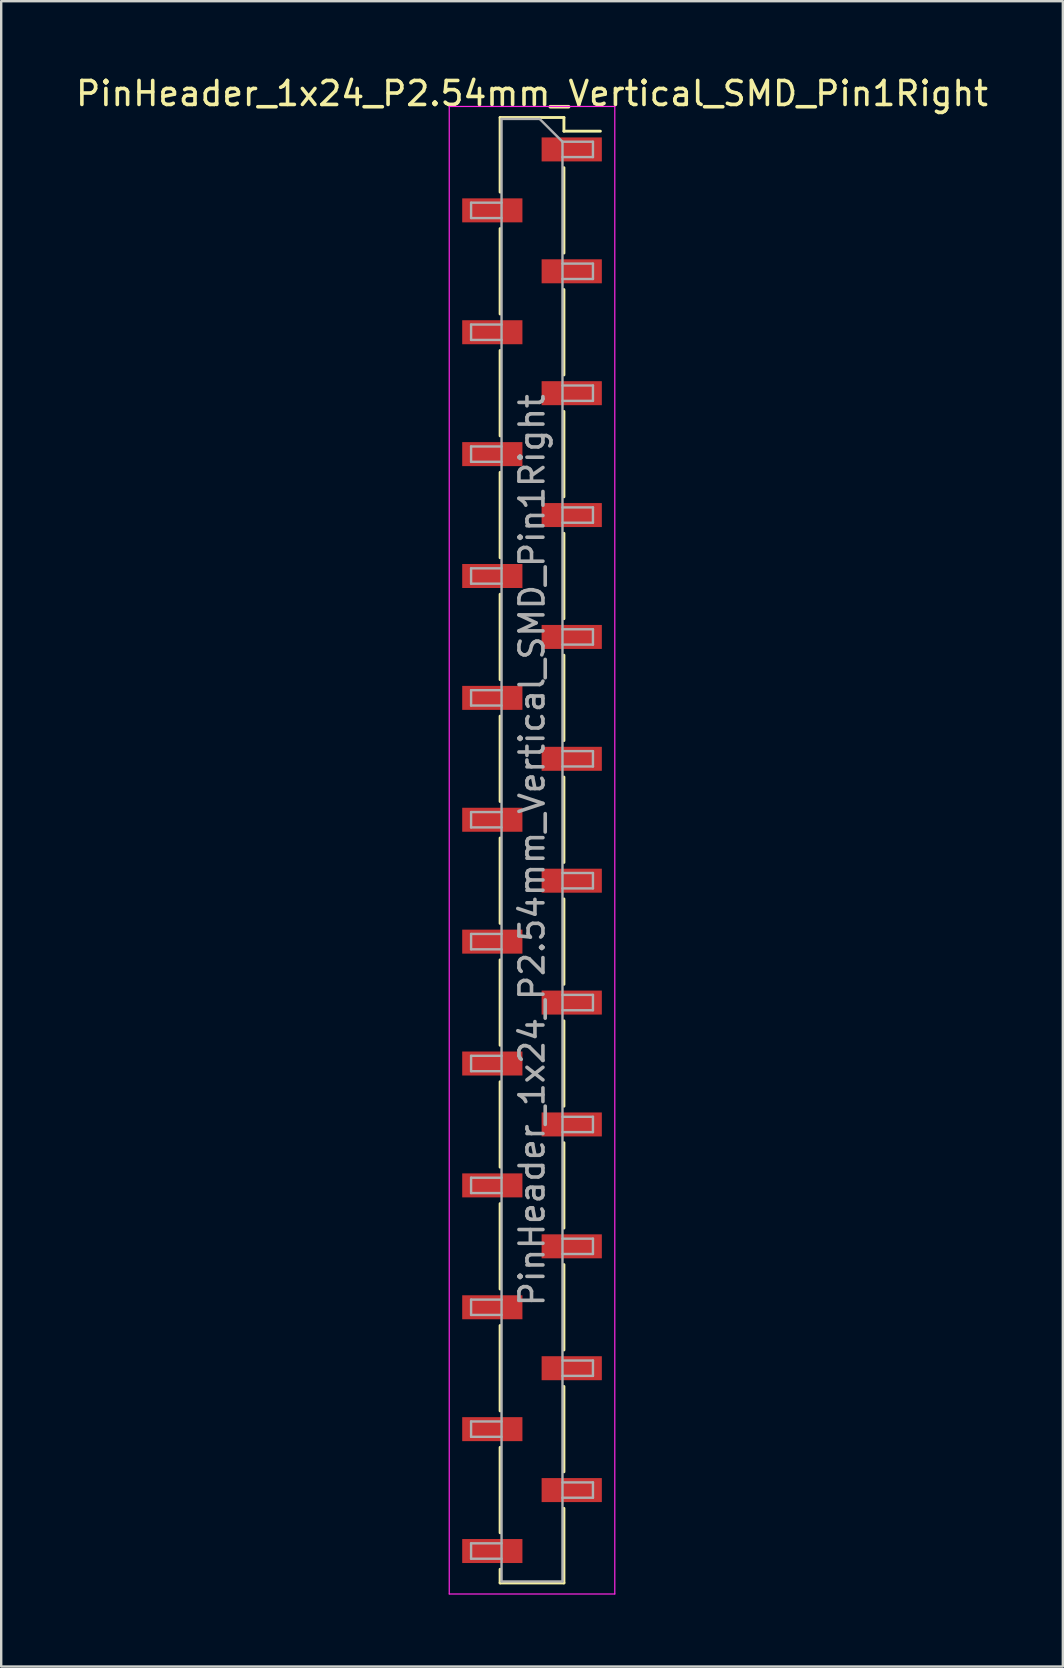
<source format=kicad_pcb>
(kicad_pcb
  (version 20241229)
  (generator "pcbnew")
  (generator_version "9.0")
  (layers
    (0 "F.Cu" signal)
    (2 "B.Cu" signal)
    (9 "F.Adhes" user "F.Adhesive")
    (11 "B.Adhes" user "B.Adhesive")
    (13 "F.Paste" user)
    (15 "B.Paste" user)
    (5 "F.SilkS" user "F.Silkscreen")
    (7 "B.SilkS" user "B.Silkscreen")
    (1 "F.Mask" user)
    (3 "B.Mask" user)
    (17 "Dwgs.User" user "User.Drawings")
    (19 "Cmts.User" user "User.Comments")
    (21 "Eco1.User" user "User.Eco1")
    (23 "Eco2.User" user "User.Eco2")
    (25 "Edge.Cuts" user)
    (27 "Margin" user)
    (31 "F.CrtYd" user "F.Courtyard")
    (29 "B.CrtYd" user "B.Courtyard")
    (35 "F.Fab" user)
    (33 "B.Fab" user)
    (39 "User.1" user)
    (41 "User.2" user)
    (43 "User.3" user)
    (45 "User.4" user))
  (footprint "PinHeader_1x24_P2.54mm_Vertical_SMD_Pin1Right"
    (layer "F.Cu")
    (at 19.125 32.388)
    (property "Reference" "PinHeader_1x24_P2.54mm_Vertical_SMD_Pin1Right" (at 0 -31.54 0) (layer "F.SilkS") (effects (font (size 1 1) (thickness 0.15))))
    (attr smd)
    (fp_line (start -1.33 -30.54) (end -1.33 -27.43) (stroke (width 0.12) (type solid)) (layer "F.SilkS"))
    (fp_line (start -1.33 -30.54) (end 1.33 -30.54) (stroke (width 0.12) (type solid)) (layer "F.SilkS"))
    (fp_line (start -1.33 -25.91) (end -1.33 -22.35) (stroke (width 0.12) (type solid)) (layer "F.SilkS"))
    (fp_line (start -1.33 -20.83) (end -1.33 -17.27) (stroke (width 0.12) (type solid)) (layer "F.SilkS"))
    (fp_line (start -1.33 -15.75) (end -1.33 -12.19) (stroke (width 0.12) (type solid)) (layer "F.SilkS"))
    (fp_line (start -1.33 -10.67) (end -1.33 -7.11) (stroke (width 0.12) (type solid)) (layer "F.SilkS"))
    (fp_line (start -1.33 -5.59) (end -1.33 -2.03) (stroke (width 0.12) (type solid)) (layer "F.SilkS"))
    (fp_line (start -1.33 -0.51) (end -1.33 3.05) (stroke (width 0.12) (type solid)) (layer "F.SilkS"))
    (fp_line (start -1.33 4.57) (end -1.33 8.13) (stroke (width 0.12) (type solid)) (layer "F.SilkS"))
    (fp_line (start -1.33 9.65) (end -1.33 13.21) (stroke (width 0.12) (type solid)) (layer "F.SilkS"))
    (fp_line (start -1.33 14.73) (end -1.33 18.29) (stroke (width 0.12) (type solid)) (layer "F.SilkS"))
    (fp_line (start -1.33 19.81) (end -1.33 23.37) (stroke (width 0.12) (type solid)) (layer "F.SilkS"))
    (fp_line (start -1.33 24.89) (end -1.33 28.45) (stroke (width 0.12) (type solid)) (layer "F.SilkS"))
    (fp_line (start -1.33 29.97) (end -1.33 30.54) (stroke (width 0.12) (type solid)) (layer "F.SilkS"))
    (fp_line (start -1.33 30.54) (end 1.33 30.54) (stroke (width 0.12) (type solid)) (layer "F.SilkS"))
    (fp_line (start 1.33 -30.54) (end 1.33 -29.97) (stroke (width 0.12) (type solid)) (layer "F.SilkS"))
    (fp_line (start 1.33 -29.97) (end 2.85 -29.97) (stroke (width 0.12) (type solid)) (layer "F.SilkS"))
    (fp_line (start 1.33 -28.45) (end 1.33 -24.89) (stroke (width 0.12) (type solid)) (layer "F.SilkS"))
    (fp_line (start 1.33 -23.37) (end 1.33 -19.81) (stroke (width 0.12) (type solid)) (layer "F.SilkS"))
    (fp_line (start 1.33 -18.29) (end 1.33 -14.73) (stroke (width 0.12) (type solid)) (layer "F.SilkS"))
    (fp_line (start 1.33 -13.21) (end 1.33 -9.65) (stroke (width 0.12) (type solid)) (layer "F.SilkS"))
    (fp_line (start 1.33 -8.13) (end 1.33 -4.57) (stroke (width 0.12) (type solid)) (layer "F.SilkS"))
    (fp_line (start 1.33 -3.05) (end 1.33 0.51) (stroke (width 0.12) (type solid)) (layer "F.SilkS"))
    (fp_line (start 1.33 2.03) (end 1.33 5.59) (stroke (width 0.12) (type solid)) (layer "F.SilkS"))
    (fp_line (start 1.33 7.11) (end 1.33 10.67) (stroke (width 0.12) (type solid)) (layer "F.SilkS"))
    (fp_line (start 1.33 12.19) (end 1.33 15.75) (stroke (width 0.12) (type solid)) (layer "F.SilkS"))
    (fp_line (start 1.33 17.27) (end 1.33 20.83) (stroke (width 0.12) (type solid)) (layer "F.SilkS"))
    (fp_line (start 1.33 22.35) (end 1.33 25.91) (stroke (width 0.12) (type solid)) (layer "F.SilkS"))
    (fp_line (start 1.33 27.43) (end 1.33 30.54) (stroke (width 0.12) (type solid)) (layer "F.SilkS"))
    (fp_line (start -3.45 -31) (end -3.45 31) (stroke (width 0.05) (type solid)) (layer "F.CrtYd"))
    (fp_line (start -3.45 31) (end 3.45 31) (stroke (width 0.05) (type solid)) (layer "F.CrtYd"))
    (fp_line (start 3.45 -31) (end -3.45 -31) (stroke (width 0.05) (type solid)) (layer "F.CrtYd"))
    (fp_line (start 3.45 31) (end 3.45 -31) (stroke (width 0.05) (type solid)) (layer "F.CrtYd"))
    (fp_line (start -2.54 -26.99) (end -2.54 -26.35) (stroke (width 0.1) (type solid)) (layer "F.Fab"))
    (fp_line (start -2.54 -26.35) (end -1.27 -26.35) (stroke (width 0.1) (type solid)) (layer "F.Fab"))
    (fp_line (start -2.54 -21.91) (end -2.54 -21.27) (stroke (width 0.1) (type solid)) (layer "F.Fab"))
    (fp_line (start -2.54 -21.27) (end -1.27 -21.27) (stroke (width 0.1) (type solid)) (layer "F.Fab"))
    (fp_line (start -2.54 -16.83) (end -2.54 -16.19) (stroke (width 0.1) (type solid)) (layer "F.Fab"))
    (fp_line (start -2.54 -16.19) (end -1.27 -16.19) (stroke (width 0.1) (type solid)) (layer "F.Fab"))
    (fp_line (start -2.54 -11.75) (end -2.54 -11.11) (stroke (width 0.1) (type solid)) (layer "F.Fab"))
    (fp_line (start -2.54 -11.11) (end -1.27 -11.11) (stroke (width 0.1) (type solid)) (layer "F.Fab"))
    (fp_line (start -2.54 -6.67) (end -2.54 -6.03) (stroke (width 0.1) (type solid)) (layer "F.Fab"))
    (fp_line (start -2.54 -6.03) (end -1.27 -6.03) (stroke (width 0.1) (type solid)) (layer "F.Fab"))
    (fp_line (start -2.54 -1.59) (end -2.54 -0.95) (stroke (width 0.1) (type solid)) (layer "F.Fab"))
    (fp_line (start -2.54 -0.95) (end -1.27 -0.95) (stroke (width 0.1) (type solid)) (layer "F.Fab"))
    (fp_line (start -2.54 3.49) (end -2.54 4.13) (stroke (width 0.1) (type solid)) (layer "F.Fab"))
    (fp_line (start -2.54 4.13) (end -1.27 4.13) (stroke (width 0.1) (type solid)) (layer "F.Fab"))
    (fp_line (start -2.54 8.57) (end -2.54 9.21) (stroke (width 0.1) (type solid)) (layer "F.Fab"))
    (fp_line (start -2.54 9.21) (end -1.27 9.21) (stroke (width 0.1) (type solid)) (layer "F.Fab"))
    (fp_line (start -2.54 13.65) (end -2.54 14.29) (stroke (width 0.1) (type solid)) (layer "F.Fab"))
    (fp_line (start -2.54 14.29) (end -1.27 14.29) (stroke (width 0.1) (type solid)) (layer "F.Fab"))
    (fp_line (start -2.54 18.73) (end -2.54 19.37) (stroke (width 0.1) (type solid)) (layer "F.Fab"))
    (fp_line (start -2.54 19.37) (end -1.27 19.37) (stroke (width 0.1) (type solid)) (layer "F.Fab"))
    (fp_line (start -2.54 23.81) (end -2.54 24.45) (stroke (width 0.1) (type solid)) (layer "F.Fab"))
    (fp_line (start -2.54 24.45) (end -1.27 24.45) (stroke (width 0.1) (type solid)) (layer "F.Fab"))
    (fp_line (start -2.54 28.89) (end -2.54 29.53) (stroke (width 0.1) (type solid)) (layer "F.Fab"))
    (fp_line (start -2.54 29.53) (end -1.27 29.53) (stroke (width 0.1) (type solid)) (layer "F.Fab"))
    (fp_line (start -1.27 -30.48) (end -1.27 30.48) (stroke (width 0.1) (type solid)) (layer "F.Fab"))
    (fp_line (start -1.27 -30.48) (end 0.32 -30.48) (stroke (width 0.1) (type solid)) (layer "F.Fab"))
    (fp_line (start -1.27 -26.99) (end -2.54 -26.99) (stroke (width 0.1) (type solid)) (layer "F.Fab"))
    (fp_line (start -1.27 -21.91) (end -2.54 -21.91) (stroke (width 0.1) (type solid)) (layer "F.Fab"))
    (fp_line (start -1.27 -16.83) (end -2.54 -16.83) (stroke (width 0.1) (type solid)) (layer "F.Fab"))
    (fp_line (start -1.27 -11.75) (end -2.54 -11.75) (stroke (width 0.1) (type solid)) (layer "F.Fab"))
    (fp_line (start -1.27 -6.67) (end -2.54 -6.67) (stroke (width 0.1) (type solid)) (layer "F.Fab"))
    (fp_line (start -1.27 -1.59) (end -2.54 -1.59) (stroke (width 0.1) (type solid)) (layer "F.Fab"))
    (fp_line (start -1.27 3.49) (end -2.54 3.49) (stroke (width 0.1) (type solid)) (layer "F.Fab"))
    (fp_line (start -1.27 8.57) (end -2.54 8.57) (stroke (width 0.1) (type solid)) (layer "F.Fab"))
    (fp_line (start -1.27 13.65) (end -2.54 13.65) (stroke (width 0.1) (type solid)) (layer "F.Fab"))
    (fp_line (start -1.27 18.73) (end -2.54 18.73) (stroke (width 0.1) (type solid)) (layer "F.Fab"))
    (fp_line (start -1.27 23.81) (end -2.54 23.81) (stroke (width 0.1) (type solid)) (layer "F.Fab"))
    (fp_line (start -1.27 28.89) (end -2.54 28.89) (stroke (width 0.1) (type solid)) (layer "F.Fab"))
    (fp_line (start 1.27 -29.53) (end 0.32 -30.48) (stroke (width 0.1) (type solid)) (layer "F.Fab"))
    (fp_line (start 1.27 -29.53) (end 2.54 -29.53) (stroke (width 0.1) (type solid)) (layer "F.Fab"))
    (fp_line (start 1.27 -24.45) (end 2.54 -24.45) (stroke (width 0.1) (type solid)) (layer "F.Fab"))
    (fp_line (start 1.27 -19.37) (end 2.54 -19.37) (stroke (width 0.1) (type solid)) (layer "F.Fab"))
    (fp_line (start 1.27 -14.29) (end 2.54 -14.29) (stroke (width 0.1) (type solid)) (layer "F.Fab"))
    (fp_line (start 1.27 -9.21) (end 2.54 -9.21) (stroke (width 0.1) (type solid)) (layer "F.Fab"))
    (fp_line (start 1.27 -4.13) (end 2.54 -4.13) (stroke (width 0.1) (type solid)) (layer "F.Fab"))
    (fp_line (start 1.27 0.95) (end 2.54 0.95) (stroke (width 0.1) (type solid)) (layer "F.Fab"))
    (fp_line (start 1.27 6.03) (end 2.54 6.03) (stroke (width 0.1) (type solid)) (layer "F.Fab"))
    (fp_line (start 1.27 11.11) (end 2.54 11.11) (stroke (width 0.1) (type solid)) (layer "F.Fab"))
    (fp_line (start 1.27 16.19) (end 2.54 16.19) (stroke (width 0.1) (type solid)) (layer "F.Fab"))
    (fp_line (start 1.27 21.27) (end 2.54 21.27) (stroke (width 0.1) (type solid)) (layer "F.Fab"))
    (fp_line (start 1.27 26.35) (end 2.54 26.35) (stroke (width 0.1) (type solid)) (layer "F.Fab"))
    (fp_line (start 1.27 30.48) (end -1.27 30.48) (stroke (width 0.1) (type solid)) (layer "F.Fab"))
    (fp_line (start 1.27 30.48) (end 1.27 -29.53) (stroke (width 0.1) (type solid)) (layer "F.Fab"))
    (fp_line (start 2.54 -29.53) (end 2.54 -28.89) (stroke (width 0.1) (type solid)) (layer "F.Fab"))
    (fp_line (start 2.54 -28.89) (end 1.27 -28.89) (stroke (width 0.1) (type solid)) (layer "F.Fab"))
    (fp_line (start 2.54 -24.45) (end 2.54 -23.81) (stroke (width 0.1) (type solid)) (layer "F.Fab"))
    (fp_line (start 2.54 -23.81) (end 1.27 -23.81) (stroke (width 0.1) (type solid)) (layer "F.Fab"))
    (fp_line (start 2.54 -19.37) (end 2.54 -18.73) (stroke (width 0.1) (type solid)) (layer "F.Fab"))
    (fp_line (start 2.54 -18.73) (end 1.27 -18.73) (stroke (width 0.1) (type solid)) (layer "F.Fab"))
    (fp_line (start 2.54 -14.29) (end 2.54 -13.65) (stroke (width 0.1) (type solid)) (layer "F.Fab"))
    (fp_line (start 2.54 -13.65) (end 1.27 -13.65) (stroke (width 0.1) (type solid)) (layer "F.Fab"))
    (fp_line (start 2.54 -9.21) (end 2.54 -8.57) (stroke (width 0.1) (type solid)) (layer "F.Fab"))
    (fp_line (start 2.54 -8.57) (end 1.27 -8.57) (stroke (width 0.1) (type solid)) (layer "F.Fab"))
    (fp_line (start 2.54 -4.13) (end 2.54 -3.49) (stroke (width 0.1) (type solid)) (layer "F.Fab"))
    (fp_line (start 2.54 -3.49) (end 1.27 -3.49) (stroke (width 0.1) (type solid)) (layer "F.Fab"))
    (fp_line (start 2.54 0.95) (end 2.54 1.59) (stroke (width 0.1) (type solid)) (layer "F.Fab"))
    (fp_line (start 2.54 1.59) (end 1.27 1.59) (stroke (width 0.1) (type solid)) (layer "F.Fab"))
    (fp_line (start 2.54 6.03) (end 2.54 6.67) (stroke (width 0.1) (type solid)) (layer "F.Fab"))
    (fp_line (start 2.54 6.67) (end 1.27 6.67) (stroke (width 0.1) (type solid)) (layer "F.Fab"))
    (fp_line (start 2.54 11.11) (end 2.54 11.75) (stroke (width 0.1) (type solid)) (layer "F.Fab"))
    (fp_line (start 2.54 11.75) (end 1.27 11.75) (stroke (width 0.1) (type solid)) (layer "F.Fab"))
    (fp_line (start 2.54 16.19) (end 2.54 16.83) (stroke (width 0.1) (type solid)) (layer "F.Fab"))
    (fp_line (start 2.54 16.83) (end 1.27 16.83) (stroke (width 0.1) (type solid)) (layer "F.Fab"))
    (fp_line (start 2.54 21.27) (end 2.54 21.91) (stroke (width 0.1) (type solid)) (layer "F.Fab"))
    (fp_line (start 2.54 21.91) (end 1.27 21.91) (stroke (width 0.1) (type solid)) (layer "F.Fab"))
    (fp_line (start 2.54 26.35) (end 2.54 26.99) (stroke (width 0.1) (type solid)) (layer "F.Fab"))
    (fp_line (start 2.54 26.99) (end 1.27 26.99) (stroke (width 0.1) (type solid)) (layer "F.Fab"))
    (fp_text user "${REFERENCE}" (at 0 0 90) (layer "F.Fab") (effects (font (size 1 1) (thickness 0.15))))
    (pad "1" smd rect (at 1.655 -29.21) (size 2.51 1) (layers "F.Cu" "F.Mask" "F.Paste"))
    (pad "2" smd rect (at -1.655 -26.67) (size 2.51 1) (layers "F.Cu" "F.Mask" "F.Paste"))
    (pad "3" smd rect (at 1.655 -24.13) (size 2.51 1) (layers "F.Cu" "F.Mask" "F.Paste"))
    (pad "4" smd rect (at -1.655 -21.59) (size 2.51 1) (layers "F.Cu" "F.Mask" "F.Paste"))
    (pad "5" smd rect (at 1.655 -19.05) (size 2.51 1) (layers "F.Cu" "F.Mask" "F.Paste"))
    (pad "6" smd rect (at -1.655 -16.51) (size 2.51 1) (layers "F.Cu" "F.Mask" "F.Paste"))
    (pad "7" smd rect (at 1.655 -13.97) (size 2.51 1) (layers "F.Cu" "F.Mask" "F.Paste"))
    (pad "8" smd rect (at -1.655 -11.43) (size 2.51 1) (layers "F.Cu" "F.Mask" "F.Paste"))
    (pad "9" smd rect (at 1.655 -8.89) (size 2.51 1) (layers "F.Cu" "F.Mask" "F.Paste"))
    (pad "10" smd rect (at -1.655 -6.35) (size 2.51 1) (layers "F.Cu" "F.Mask" "F.Paste"))
    (pad "11" smd rect (at 1.655 -3.81) (size 2.51 1) (layers "F.Cu" "F.Mask" "F.Paste"))
    (pad "12" smd rect (at -1.655 -1.27) (size 2.51 1) (layers "F.Cu" "F.Mask" "F.Paste"))
    (pad "13" smd rect (at 1.655 1.27) (size 2.51 1) (layers "F.Cu" "F.Mask" "F.Paste"))
    (pad "14" smd rect (at -1.655 3.81) (size 2.51 1) (layers "F.Cu" "F.Mask" "F.Paste"))
    (pad "15" smd rect (at 1.655 6.35) (size 2.51 1) (layers "F.Cu" "F.Mask" "F.Paste"))
    (pad "16" smd rect (at -1.655 8.89) (size 2.51 1) (layers "F.Cu" "F.Mask" "F.Paste"))
    (pad "17" smd rect (at 1.655 11.43) (size 2.51 1) (layers "F.Cu" "F.Mask" "F.Paste"))
    (pad "18" smd rect (at -1.655 13.97) (size 2.51 1) (layers "F.Cu" "F.Mask" "F.Paste"))
    (pad "19" smd rect (at 1.655 16.51) (size 2.51 1) (layers "F.Cu" "F.Mask" "F.Paste"))
    (pad "20" smd rect (at -1.655 19.05) (size 2.51 1) (layers "F.Cu" "F.Mask" "F.Paste"))
    (pad "21" smd rect (at 1.655 21.59) (size 2.51 1) (layers "F.Cu" "F.Mask" "F.Paste"))
    (pad "22" smd rect (at -1.655 24.13) (size 2.51 1) (layers "F.Cu" "F.Mask" "F.Paste"))
    (pad "23" smd rect (at 1.655 26.67) (size 2.51 1) (layers "F.Cu" "F.Mask" "F.Paste"))
    (pad "24" smd rect (at -1.655 29.21) (size 2.51 1) (layers "F.Cu" "F.Mask" "F.Paste")))
  (gr_rect
    (start -3 -3)
    (end 41.25 66.413)
    (stroke (width 0.1) (type default))
    (fill no)
    (layer "Edge.Cuts")))
</source>
